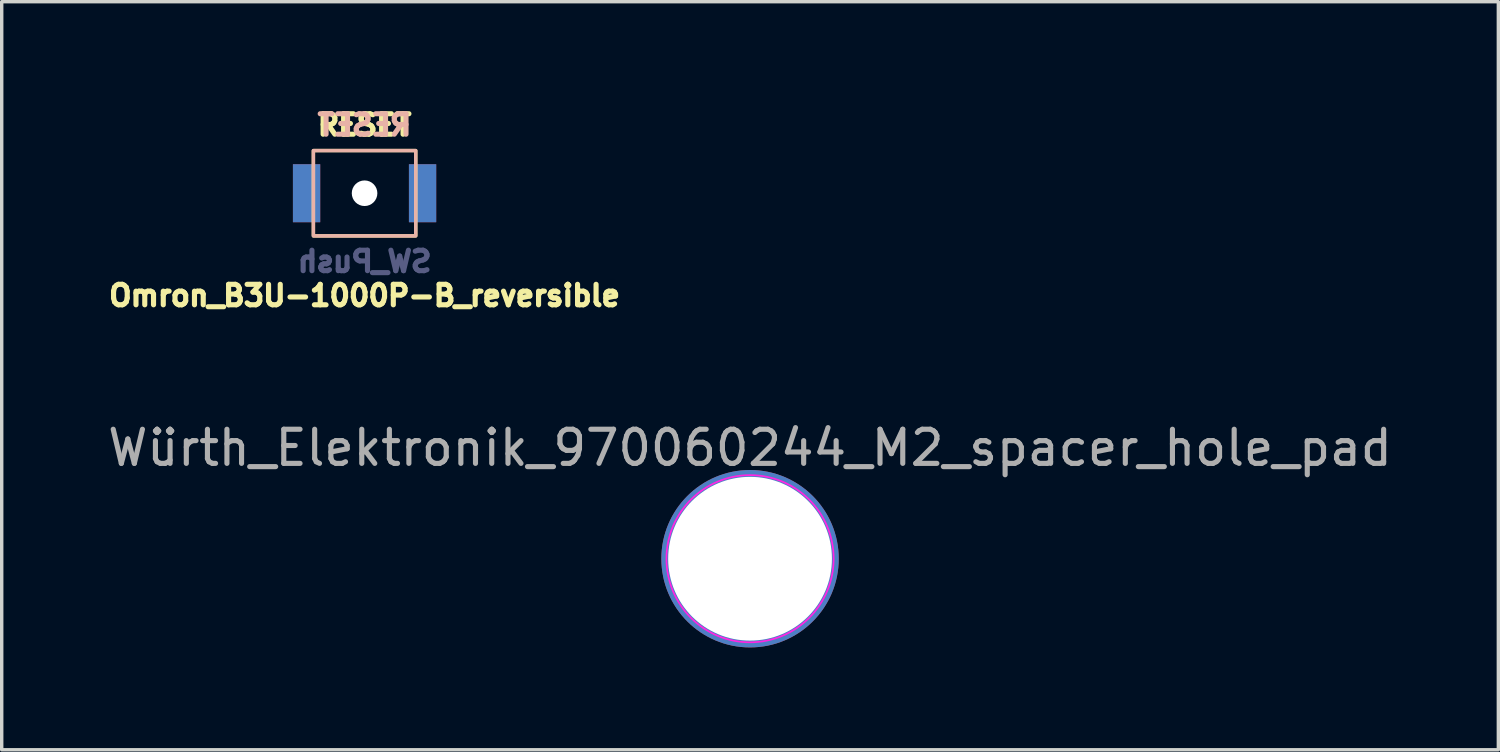
<source format=kicad_pcb>
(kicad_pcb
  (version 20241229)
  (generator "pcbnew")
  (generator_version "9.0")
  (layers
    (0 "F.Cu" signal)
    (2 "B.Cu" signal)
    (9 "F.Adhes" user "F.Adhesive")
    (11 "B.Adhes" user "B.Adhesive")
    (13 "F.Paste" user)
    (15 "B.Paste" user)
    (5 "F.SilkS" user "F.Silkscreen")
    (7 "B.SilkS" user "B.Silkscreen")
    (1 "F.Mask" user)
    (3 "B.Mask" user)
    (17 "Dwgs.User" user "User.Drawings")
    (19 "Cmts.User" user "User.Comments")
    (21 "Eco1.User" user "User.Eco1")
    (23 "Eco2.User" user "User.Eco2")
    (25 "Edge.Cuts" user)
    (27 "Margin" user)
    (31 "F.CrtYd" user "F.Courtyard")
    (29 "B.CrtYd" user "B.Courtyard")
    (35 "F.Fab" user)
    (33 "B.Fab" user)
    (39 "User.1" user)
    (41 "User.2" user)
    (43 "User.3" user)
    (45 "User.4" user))
  (footprint "Omron_B3U-1000P-B_reversible"
    (layer "F.Cu")
    (at 7.636 2.614)
    (property "Reference" "Omron_B3U-1000P-B_reversible" (at 0 3 0) (layer "F.SilkS") (effects (font (size 0.6 0.6) (thickness 0.15))))
    (property "Value" "SW_Push" (at 0 2 0) (layer "F.Fab") (hide yes) (effects (font (size 0.6 0.6) (thickness 0.15))))
    (fp_rect (start -1.5 -1.25) (end 1.5 1.25) (stroke (width 0.1) (type default)) (fill no) (layer "F.SilkS"))
    (fp_rect (start -1.5 -1.25) (end 1.5 1.25) (stroke (width 0.1) (type default)) (fill no) (layer "B.SilkS"))
    (fp_text user "RESET" (at 0 -2 0) (layer "F.SilkS") (effects (font (size 0.6 0.6) (thickness 0.15) (bold yes))))
    (fp_text user "RESET" (at 0 -2 0) (layer "B.SilkS") (effects (font (size 0.6 0.6) (thickness 0.15) (bold yes)) (justify mirror)))
    (fp_text user "${VALUE}" (at 0 2 0) (layer "B.Fab") (effects (font (size 0.6 0.6) (thickness 0.15)) (justify mirror)))
    (pad "" np_thru_hole circle (at 0 0) (size 0.75 0.75) (drill 0.75) (layers "*.Cu" "*.Mask"))
    (pad "1" smd rect (at -1.7 0) (size 0.8 1.7) (layers "F.Cu" "F.Mask" "F.Paste"))
    (pad "1" smd rect (at -1.7 0) (size 0.8 1.7) (layers "B.Cu" "B.Mask" "B.Paste"))
    (pad "2" smd rect (at 1.7 0) (size 0.8 1.7) (layers "F.Cu" "F.Mask" "F.Paste"))
    (pad "2" smd rect (at 1.7 0) (size 0.8 1.7) (layers "B.Cu" "B.Mask" "B.Paste")))
  (footprint "Würth_Elektronik_970060244_M2_spacer_hole_pad"
    (layer "F.Cu")
    (at 18.935 13.327)
    (property "Reference" "Würth_Elektronik_970060244_M2_spacer_hole_pad" (at 0 -3.25 0) (layer "F.Fab") (effects (font (size 1 1) (thickness 0.15))))
    (attr exclude_from_pos_files exclude_from_bom)
    (fp_circle (center 0 0) (end 2.2 0) (stroke (width 0.15) (type solid)) (fill no) (layer "Cmts.User"))
    (fp_circle (center 0 0) (end 2.45 0) (stroke (width 0.05) (type solid)) (fill no) (layer "F.CrtYd"))
    (pad "" thru_hole circle (at 0 0) (size 5.2 5.2) (drill 4.8) (layers "*.Cu" "*.Mask")))
  (gr_rect
    (start -3 -3)
    (end 40.869 18.927)
    (stroke (width 0.1) (type default))
    (fill no)
    (layer "Edge.Cuts")))
</source>
